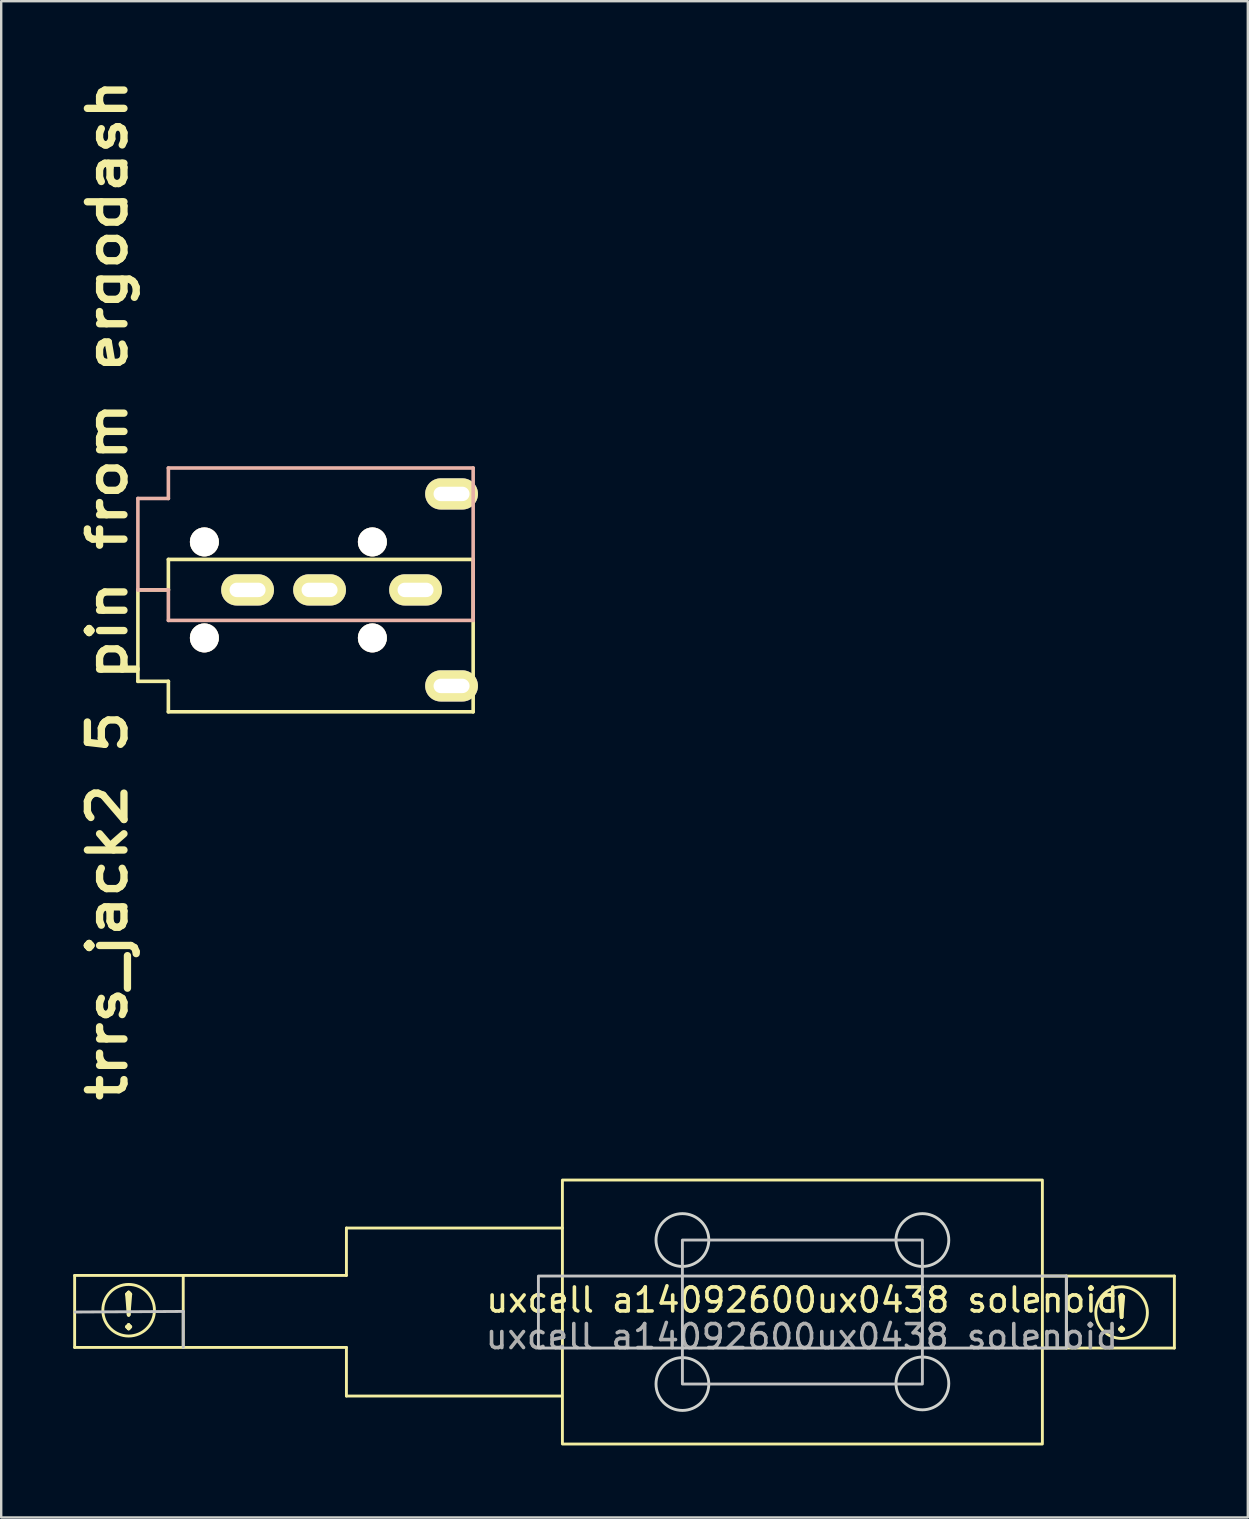
<source format=kicad_pcb>
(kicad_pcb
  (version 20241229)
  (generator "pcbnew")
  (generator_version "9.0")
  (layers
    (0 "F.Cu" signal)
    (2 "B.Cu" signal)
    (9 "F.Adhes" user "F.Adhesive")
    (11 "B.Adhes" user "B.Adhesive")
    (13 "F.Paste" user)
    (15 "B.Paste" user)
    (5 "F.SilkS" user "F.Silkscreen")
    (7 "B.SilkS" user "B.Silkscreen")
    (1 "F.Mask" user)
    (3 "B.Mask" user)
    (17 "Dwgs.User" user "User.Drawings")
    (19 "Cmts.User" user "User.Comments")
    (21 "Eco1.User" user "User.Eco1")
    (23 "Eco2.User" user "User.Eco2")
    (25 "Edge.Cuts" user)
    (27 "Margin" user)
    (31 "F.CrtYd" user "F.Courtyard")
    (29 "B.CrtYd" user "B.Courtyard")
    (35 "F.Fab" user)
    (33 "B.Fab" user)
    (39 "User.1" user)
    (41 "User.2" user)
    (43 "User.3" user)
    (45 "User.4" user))
  (footprint "uxcell a14092600ux0438 solenoid"
    (layer "F.Cu")
    (at 30.385 51.621)
    (property "Reference" "uxcell a14092600ux0438 solenoid" (at 0 -0.5 0) (layer "F.SilkS") (effects (font (size 1 1) (thickness 0.15))))
    (fp_line (start -30.325 -1.525) (end -30.325 1.475) (stroke (width 0.12) (type solid)) (layer "F.SilkS"))
    (fp_line (start -30.325 1.475) (end -19 1.475) (stroke (width 0.12) (type solid)) (layer "F.SilkS"))
    (fp_line (start -25.8 1.475) (end -25.8 -1.525) (stroke (width 0.12) (type solid)) (layer "F.SilkS"))
    (fp_line (start -19 -3.5) (end -19 -1.525) (stroke (width 0.12) (type solid)) (layer "F.SilkS"))
    (fp_line (start -19 -1.525) (end -30.325 -1.525) (stroke (width 0.12) (type solid)) (layer "F.SilkS"))
    (fp_line (start -19 1.475) (end -19 3.5) (stroke (width 0.12) (type solid)) (layer "F.SilkS"))
    (fp_line (start -19 3.5) (end -10.025 3.5) (stroke (width 0.12) (type solid)) (layer "F.SilkS"))
    (fp_line (start -10 -3.5) (end -19 -3.5) (stroke (width 0.12) (type solid)) (layer "F.SilkS"))
    (fp_line (start 10 -1.5) (end 15.5 -1.5) (stroke (width 0.12) (type solid)) (layer "F.SilkS"))
    (fp_line (start 10 1.5) (end 15.5 1.5) (stroke (width 0.12) (type solid)) (layer "F.SilkS"))
    (fp_line (start 11 -1.5) (end 11 1.5) (stroke (width 0.12) (type solid)) (layer "F.SilkS"))
    (fp_line (start 15.5 -1.5) (end 15.5 1.5) (stroke (width 0.12) (type solid)) (layer "F.SilkS"))
    (fp_rect (start -10 -5.5) (end 10 5.5) (stroke (width 0.12) (type solid)) (fill no) (layer "F.SilkS"))
    (fp_circle (center -28.075 -0.075) (end -28.1 1) (stroke (width 0.12) (type solid)) (fill no) (layer "F.SilkS"))
    (fp_circle (center 13.3 0.025) (end 13.275 1.1) (stroke (width 0.12) (type solid)) (fill no) (layer "F.SilkS"))
    (fp_line (start -30.3 0) (end -25.8 -0.025) (stroke (width 0.12) (type solid)) (layer "Dwgs.User"))
    (fp_line (start -25.8 -0.025) (end -25.8 1.475) (stroke (width 0.12) (type solid)) (layer "Dwgs.User"))
    (fp_rect (start -11 -1.5) (end 11 1.5) (stroke (width 0.12) (type solid)) (fill no) (layer "Dwgs.User"))
    (fp_rect (start -5 -3) (end 5 3) (stroke (width 0.12) (type solid)) (fill no) (layer "Dwgs.User"))
    (fp_circle (center -5 -3) (end -3.9 -3) (stroke (width 0.12) (type solid)) (fill no) (layer "Edge.Cuts"))
    (fp_circle (center -5 3) (end -3.9 3) (stroke (width 0.12) (type solid)) (fill no) (layer "Edge.Cuts"))
    (fp_circle (center 5 -3) (end 6.1 -3) (stroke (width 0.12) (type solid)) (fill no) (layer "Edge.Cuts"))
    (fp_circle (center 5 2.975) (end 6.1 2.975) (stroke (width 0.12) (type solid)) (fill no) (layer "Edge.Cuts"))
    (fp_text user "!" (at -28.075 0 0) (layer "F.SilkS") (effects (font (size 1.5 1.5) (thickness 0.15))))
    (fp_text user "!" (at 13.3 0.1 0) (layer "F.SilkS") (effects (font (size 1.5 1.5) (thickness 0.15))))
    (fp_text user "${REFERENCE}" (at -0.025 1.025 0) (unlocked yes) (layer "F.Fab") (effects (font (size 1 1) (thickness 0.15)))))
  (footprint "trrs_jack2 5 pin from ergodash"
    (layer "F.Cu")
    (at 3.966 21.531)
    (property "Reference" "trrs_jack2 5 pin from ergodash" (at -2.54 0 90) (layer "F.SilkS") (effects (font (size 1.524 1.778) (thickness 0.305))))
    (attr through_hole)
    (fp_line (start -1.27 0) (end -1.27 3.81) (stroke (width 0.15) (type solid)) (layer "F.SilkS"))
    (fp_line (start -1.27 3.81) (end 0 3.81) (stroke (width 0.15) (type solid)) (layer "F.SilkS"))
    (fp_line (start 0 -1.27) (end 0 0) (stroke (width 0.15) (type solid)) (layer "F.SilkS"))
    (fp_line (start 0 0) (end -1.27 0) (stroke (width 0.15) (type solid)) (layer "F.SilkS"))
    (fp_line (start 0 3.81) (end 0 5.08) (stroke (width 0.15) (type solid)) (layer "F.SilkS"))
    (fp_line (start 0 5.08) (end 12.7 5.08) (stroke (width 0.15) (type solid)) (layer "F.SilkS"))
    (fp_line (start 12.7 -1.27) (end 0 -1.27) (stroke (width 0.15) (type solid)) (layer "F.SilkS"))
    (fp_line (start 12.7 5.08) (end 12.7 -1.27) (stroke (width 0.15) (type solid)) (layer "F.SilkS"))
    (fp_line (start -1.27 -3.81) (end -1.27 0) (stroke (width 0.15) (type solid)) (layer "B.SilkS"))
    (fp_line (start -1.27 0) (end 0 0) (stroke (width 0.15) (type solid)) (layer "B.SilkS"))
    (fp_line (start 0 -5.08) (end 0 -3.81) (stroke (width 0.15) (type solid)) (layer "B.SilkS"))
    (fp_line (start 0 -3.81) (end -1.27 -3.81) (stroke (width 0.15) (type solid)) (layer "B.SilkS"))
    (fp_line (start 0 0) (end 0 1.27) (stroke (width 0.15) (type solid)) (layer "B.SilkS"))
    (fp_line (start 0 1.27) (end 12.7 1.27) (stroke (width 0.15) (type solid)) (layer "B.SilkS"))
    (fp_line (start 12.7 -5.08) (end 0 -5.08) (stroke (width 0.15) (type solid)) (layer "B.SilkS"))
    (fp_line (start 12.7 1.27) (end 12.7 -5.08) (stroke (width 0.15) (type solid)) (layer "B.SilkS"))
    (pad "" np_thru_hole circle (at 1.5 -2) (size 1.21 1.21) (drill 1.2) (layers "*.Cu" "*.Mask" "F.SilkS"))
    (pad "" np_thru_hole circle (at 1.5 2) (size 1.21 1.21) (drill 1.2) (layers "*.Cu" "*.Mask" "F.SilkS"))
    (pad "" np_thru_hole circle (at 8.5 -2) (size 1.21 1.21) (drill 1.2) (layers "*.Cu" "*.Mask" "F.SilkS"))
    (pad "" np_thru_hole circle (at 8.5 2) (size 1.21 1.21) (drill 1.2) (layers "*.Cu" "*.Mask" "F.SilkS"))
    (pad "1" thru_hole oval (at 10.3 0) (size 2.2 1.3) (drill oval 1.5 0.6) (layers "*.Cu" "*.Mask" "F.SilkS"))
    (pad "2" thru_hole oval (at 3.3 0) (size 2.2 1.3) (drill oval 1.5 0.6) (layers "*.Cu" "*.Mask" "F.SilkS"))
    (pad "3" thru_hole oval (at 6.3 0) (size 2.2 1.3) (drill oval 1.5 0.6) (layers "*.Cu" "*.Mask" "F.SilkS"))
    (pad "4" thru_hole oval (at 11.8 4) (size 2.2 1.3) (drill oval 1.5 0.6) (layers "*.Cu" "*.Mask" "F.SilkS"))
    (pad "5" thru_hole oval (at 11.8 -4) (size 2.2 1.3) (drill oval 1.5 0.6) (layers "*.Cu" "*.Mask" "F.SilkS")))
  (gr_rect
    (start -3 -3)
    (end 48.945 60.181)
    (stroke (width 0.1) (type default))
    (fill no)
    (layer "Edge.Cuts")))
</source>
